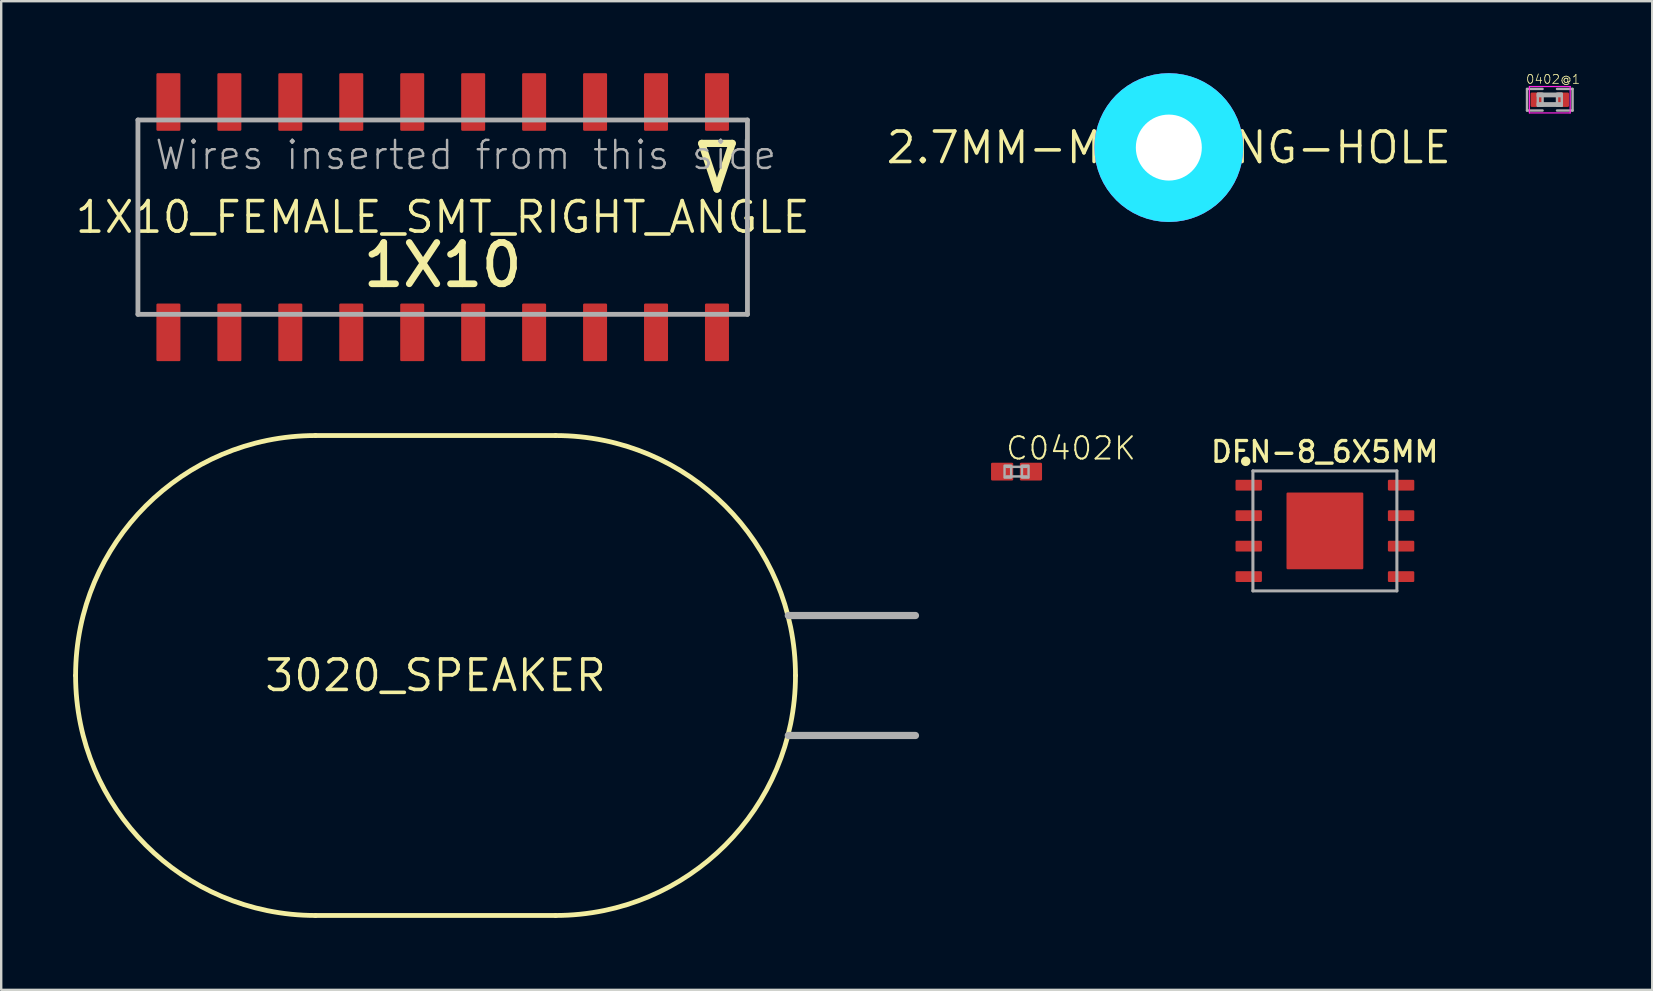
<source format=kicad_pcb>
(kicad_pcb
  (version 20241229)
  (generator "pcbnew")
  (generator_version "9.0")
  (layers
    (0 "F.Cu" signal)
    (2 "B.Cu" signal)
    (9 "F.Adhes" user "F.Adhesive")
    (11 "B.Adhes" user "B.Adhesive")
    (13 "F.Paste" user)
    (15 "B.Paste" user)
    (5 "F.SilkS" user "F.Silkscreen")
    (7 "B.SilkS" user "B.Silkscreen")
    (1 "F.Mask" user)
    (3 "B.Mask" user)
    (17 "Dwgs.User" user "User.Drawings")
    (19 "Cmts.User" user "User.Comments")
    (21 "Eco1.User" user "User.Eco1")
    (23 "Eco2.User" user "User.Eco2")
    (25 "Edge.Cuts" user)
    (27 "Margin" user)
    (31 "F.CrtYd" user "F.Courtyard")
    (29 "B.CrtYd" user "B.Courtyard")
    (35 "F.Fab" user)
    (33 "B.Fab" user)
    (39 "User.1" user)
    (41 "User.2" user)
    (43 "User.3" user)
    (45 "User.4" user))
  (footprint "C0402K"
    (layer "F.Cu")
    (at 39.312 16.604)
    (property "Reference" "C0402K" (at -0.5 -0.425 0) (layer "F.SilkS") (effects (font (size 0.935 0.935) (thickness 0.081)) (justify left bottom)))
    (fp_line (start -0.425 -0.2) (end 0.425 -0.2) (stroke (width 0.102) (type solid)) (layer "F.Fab"))
    (fp_line (start 0.425 0.2) (end -0.425 0.2) (stroke (width 0.102) (type solid)) (layer "F.Fab"))
    (fp_poly (pts (xy -0.5 0.25) (xy -0.225 0.25) (xy -0.225 -0.25) (xy -0.5 -0.25)) (stroke (width 0.1) (type default)) (fill no) (layer "F.Fab"))
    (fp_poly (pts (xy 0.225 0.25) (xy 0.5 0.25) (xy 0.5 -0.25) (xy 0.225 -0.25)) (stroke (width 0.1) (type default)) (fill no) (layer "F.Fab"))
    (pad "1" smd roundrect (at -0.6 0) (size 0.925 0.74) (layers "F.Cu" "F.Mask" "F.Paste") (roundrect_rratio 0.068))
    (pad "2" smd roundrect (at 0.6 0) (size 0.925 0.74) (layers "F.Cu" "F.Mask" "F.Paste") (roundrect_rratio 0.068)))
  (footprint "0402@1"
    (layer "F.Cu")
    (at 61.534 1.106)
    (property "Reference" "0402@1" (at -1.016 -0.635 0) (layer "F.SilkS") (effects (font (size 0.374 0.374) (thickness 0.033)) (justify left bottom)))
    (fp_poly (pts (xy -0.85 0.35) (xy -0.25 0.35) (xy -0.25 -0.35) (xy -0.85 -0.35)) (stroke (width 0) (type default)) (fill yes) (layer "F.Mask"))
    (fp_poly (pts (xy 0.25 0.35) (xy 0.85 0.35) (xy 0.85 -0.35) (xy 0.25 -0.35)) (stroke (width 0) (type default)) (fill yes) (layer "F.Mask"))
    (fp_line (start -0.85 -0.55) (end 0.85 -0.55) (stroke (width 0.05) (type solid)) (layer "F.CrtYd"))
    (fp_line (start -0.85 0.55) (end -0.85 -0.55) (stroke (width 0.05) (type solid)) (layer "F.CrtYd"))
    (fp_line (start 0.85 -0.55) (end 0.85 0.55) (stroke (width 0.05) (type solid)) (layer "F.CrtYd"))
    (fp_line (start 0.85 0.55) (end -0.85 0.55) (stroke (width 0.05) (type solid)) (layer "F.CrtYd"))
    (fp_line (start -0.95 -0.45) (end -0.95 0.45) (stroke (width 0.1) (type solid)) (layer "F.Fab"))
    (fp_line (start -0.95 0.45) (end -0.3 0.45) (stroke (width 0.1) (type solid)) (layer "F.Fab"))
    (fp_line (start -0.3 -0.45) (end -0.95 -0.45) (stroke (width 0.1) (type solid)) (layer "F.Fab"))
    (fp_line (start 0.3 -0.45) (end 0.95 -0.45) (stroke (width 0.1) (type solid)) (layer "F.Fab"))
    (fp_line (start 0.95 -0.45) (end 0.95 0.45) (stroke (width 0.1) (type solid)) (layer "F.Fab"))
    (fp_line (start 0.95 0.45) (end 0.3 0.45) (stroke (width 0.1) (type solid)) (layer "F.Fab"))
    (fp_poly (pts (xy -0.5 -0.15) (xy 0.5 -0.15) (xy 0.5 -0.25) (xy -0.5 -0.25)) (stroke (width 0.1) (type default)) (fill no) (layer "F.Fab"))
    (fp_poly (pts (xy -0.5 0.25) (xy -0.3 0.25) (xy -0.3 -0.25) (xy -0.5 -0.25)) (stroke (width 0.1) (type default)) (fill no) (layer "F.Fab"))
    (fp_poly (pts (xy -0.5 0.25) (xy 0.5 0.25) (xy 0.5 0.15) (xy -0.5 0.15)) (stroke (width 0.1) (type default)) (fill no) (layer "F.Fab"))
    (fp_poly (pts (xy 0.3 0.25) (xy 0.5 0.25) (xy 0.5 -0.25) (xy 0.3 -0.25)) (stroke (width 0.1) (type default)) (fill no) (layer "F.Fab"))
    (pad "1" smd roundrect (at -0.55 0) (size 0.5 0.6) (layers "F.Cu" "F.Paste") (roundrect_rratio 0.1))
    (pad "2" smd roundrect (at 0.55 0) (size 0.5 0.6) (layers "F.Cu" "F.Paste") (roundrect_rratio 0.1)))
  (footprint "3020_SPEAKER"
    (layer "F.Cu")
    (at 15.1 25.1)
    (property "Reference" "3020_SPEAKER" (at 0 0 0) (layer "F.SilkS") (effects (font (size 1.27 1.27) (thickness 0.15))))
    (fp_line (start -5 -10) (end 5 -10) (stroke (width 0.2) (type solid)) (layer "F.SilkS"))
    (fp_line (start 5 10) (end -5 10) (stroke (width 0.2) (type solid)) (layer "F.SilkS"))
    (fp_arc (start -15 0) (mid -12.071068 -7.071069) (end -4.999999 -10.000001) (stroke (width 0.2) (type solid)) (layer "F.SilkS"))
    (fp_arc (start -5 10) (mid -12.071068 7.071067) (end -14.999999 -0.000001) (stroke (width 0.2) (type solid)) (layer "F.SilkS"))
    (fp_arc (start 5 -10) (mid 12.071068 -7.071067) (end 14.999999 0.000001) (stroke (width 0.2) (type solid)) (layer "F.SilkS"))
    (fp_arc (start 15 0) (mid 12.071068 7.071069) (end 4.999999 10.000001) (stroke (width 0.2) (type solid)) (layer "F.SilkS"))
    (fp_line (start 14.7 -2.5) (end 20 -2.5) (stroke (width 0.3) (type solid)) (layer "F.Fab"))
    (fp_line (start 14.7 2.5) (end 20 2.5) (stroke (width 0.3) (type solid)) (layer "F.Fab")))
  (footprint "DFN-8_6X5MM"
    (layer "F.Cu")
    (at 52.162 19.074)
    (property "Reference" "DFN-8_6X5MM" (at -0.008 -2.794 0) (layer "F.SilkS") (effects (font (size 0.86 0.86) (thickness 0.14)) (justify bottom)))
    (fp_circle (center -3.3 -2.9) (end -3.2 -2.9) (stroke (width 0.2) (type solid)) (fill no) (layer "F.SilkS"))
    (fp_line (start -3 -2.5) (end 3 -2.5) (stroke (width 0.127) (type solid)) (layer "F.Fab"))
    (fp_line (start -3 2.5) (end -3 -2.5) (stroke (width 0.127) (type solid)) (layer "F.Fab"))
    (fp_line (start 3 -2.5) (end 3 2.5) (stroke (width 0.127) (type solid)) (layer "F.Fab"))
    (fp_line (start 3 2.5) (end -3 2.5) (stroke (width 0.127) (type solid)) (layer "F.Fab"))
    (pad "1" smd roundrect (at -3.175 -1.905) (size 1.1 0.45) (layers "F.Cu" "F.Mask" "F.Paste") (roundrect_rratio 0.111))
    (pad "2" smd roundrect (at -3.175 -0.635) (size 1.1 0.45) (layers "F.Cu" "F.Mask" "F.Paste") (roundrect_rratio 0.111))
    (pad "3" smd roundrect (at -3.175 0.635) (size 1.1 0.45) (layers "F.Cu" "F.Mask" "F.Paste") (roundrect_rratio 0.111))
    (pad "4" smd roundrect (at -3.175 1.905) (size 1.1 0.45) (layers "F.Cu" "F.Mask" "F.Paste") (roundrect_rratio 0.111))
    (pad "5" smd roundrect (at 3.175 1.905) (size 1.1 0.45) (layers "F.Cu" "F.Mask" "F.Paste") (roundrect_rratio 0.111))
    (pad "6" smd roundrect (at 3.175 0.635) (size 1.1 0.45) (layers "F.Cu" "F.Mask" "F.Paste") (roundrect_rratio 0.111))
    (pad "7" smd roundrect (at 3.175 -0.635) (size 1.1 0.45) (layers "F.Cu" "F.Mask" "F.Paste") (roundrect_rratio 0.111))
    (pad "8" smd roundrect (at 3.175 -1.905) (size 1.1 0.45) (layers "F.Cu" "F.Mask" "F.Paste") (roundrect_rratio 0.111))
    (pad "PAD" smd roundrect (at 0 0) (size 3.2 3.2) (layers "F.Cu" "F.Mask" "F.Paste") (roundrect_rratio 0.016)))
  (footprint "2.7MM-MOUNTING-HOLE"
    (layer "F.Cu")
    (at 45.658 3.1)
    (property "Reference" "2.7MM-MOUNTING-HOLE" (at 0 0 0) (layer "F.SilkS") (effects (font (size 1.27 1.27) (thickness 0.15))))
    (fp_circle (center 0 0) (end 1.55 0) (stroke (width 3.1) (type solid)) (fill no) (layer "B.CrtYd"))
    (fp_circle (center 0 0) (end 1.55 0) (stroke (width 3.1) (type solid)) (fill no) (layer "F.CrtYd"))
    (pad "" np_thru_hole circle (at 0 0) (size 2.75 2.75) (drill 2.75) (layers "*.Cu" "*.Mask"))
    (zone (net_name "") (layer "F.Cu") (hatch edge 0.5) (connect_pads) (min_thickness 0.25) (filled_areas_thickness no) (keepout (tracks not_allowed) (vias not_allowed) (pads allowed) (copperpour not_allowed) (footprints allowed)) (placement (enabled no)) (fill) (polygon (pts (xy 48.758 3.1) (xy 48.737 2.747) (xy 48.677 2.398) (xy 48.577 2.058) (xy 48.44 1.732) (xy 48.265 1.424) (xy 48.057 1.138) (xy 47.818 0.877) (xy 47.551 0.645) (xy 47.258 0.445) (xy 46.945 0.28) (xy 46.616 0.152) (xy 46.273 0.062) (xy 45.923 0.011) (xy 45.569 0.001) (xy 45.216 0.032) (xy 44.869 0.102) (xy 44.533 0.211) (xy 44.211 0.358) (xy 43.908 0.541) (xy 43.628 0.757) (xy 43.374 1.004) (xy 43.15 1.278) (xy 42.958 1.576) (xy 42.802 1.893) (xy 42.683 2.227) (xy 42.603 2.571) (xy 42.563 2.923) (xy 42.563 3.277) (xy 42.603 3.629) (xy 42.683 3.973) (xy 42.802 4.307) (xy 42.958 4.624) (xy 43.15 4.922) (xy 43.374 5.196) (xy 43.628 5.443) (xy 43.908 5.659) (xy 44.211 5.842) (xy 44.533 5.989) (xy 44.869 6.098) (xy 45.216 6.168) (xy 45.569 6.199) (xy 45.923 6.189) (xy 46.273 6.138) (xy 46.616 6.048) (xy 46.945 5.92) (xy 47.258 5.755) (xy 47.551 5.555) (xy 47.818 5.323) (xy 48.057 5.062) (xy 48.265 4.776) (xy 48.44 4.468) (xy 48.577 4.142) (xy 48.677 3.802) (xy 48.737 3.453))))
    (zone (net_name "") (layer "B.Cu") (hatch edge 0.5) (connect_pads) (min_thickness 0.25) (filled_areas_thickness no) (keepout (tracks not_allowed) (vias not_allowed) (pads allowed) (copperpour not_allowed) (footprints allowed)) (placement (enabled no)) (fill) (polygon (pts (xy 48.758 3.1) (xy 48.737 2.747) (xy 48.677 2.398) (xy 48.577 2.058) (xy 48.44 1.732) (xy 48.265 1.424) (xy 48.057 1.138) (xy 47.818 0.877) (xy 47.551 0.645) (xy 47.258 0.445) (xy 46.945 0.28) (xy 46.616 0.152) (xy 46.273 0.062) (xy 45.923 0.011) (xy 45.569 0.001) (xy 45.216 0.032) (xy 44.869 0.102) (xy 44.533 0.211) (xy 44.211 0.358) (xy 43.908 0.541) (xy 43.628 0.757) (xy 43.374 1.004) (xy 43.15 1.278) (xy 42.958 1.576) (xy 42.802 1.893) (xy 42.683 2.227) (xy 42.603 2.571) (xy 42.563 2.923) (xy 42.563 3.277) (xy 42.603 3.629) (xy 42.683 3.973) (xy 42.802 4.307) (xy 42.958 4.624) (xy 43.15 4.922) (xy 43.374 5.196) (xy 43.628 5.443) (xy 43.908 5.659) (xy 44.211 5.842) (xy 44.533 5.989) (xy 44.869 6.098) (xy 45.216 6.168) (xy 45.569 6.199) (xy 45.923 6.189) (xy 46.273 6.138) (xy 46.616 6.048) (xy 46.945 5.92) (xy 47.258 5.755) (xy 47.551 5.555) (xy 47.818 5.323) (xy 48.057 5.062) (xy 48.265 4.776) (xy 48.44 4.468) (xy 48.577 4.142) (xy 48.677 3.802) (xy 48.737 3.453)))))
  (footprint "1X10_FEMALE_SMT_RIGHT_ANGLE"
    (layer "F.Cu")
    (at 15.398 6)
    (property "Reference" "1X10_FEMALE_SMT_RIGHT_ANGLE" (at 0 0 0) (layer "F.SilkS") (effects (font (size 1.27 1.27) (thickness 0.15))))
    (fp_line (start 10.795 -3.075) (end 11.43 -1.17) (stroke (width 0.3) (type solid)) (layer "F.SilkS"))
    (fp_line (start 11.43 -1.17) (end 12.065 -3.075) (stroke (width 0.3) (type solid)) (layer "F.SilkS"))
    (fp_line (start 12.065 -3.075) (end 10.795 -3.075) (stroke (width 0.3) (type solid)) (layer "F.SilkS"))
    (fp_line (start -12.7 -4.05) (end -12.7 4.05) (stroke (width 0.2) (type solid)) (layer "F.Fab"))
    (fp_line (start -12.7 4.05) (end 12.7 4.05) (stroke (width 0.2) (type solid)) (layer "F.Fab"))
    (fp_line (start 12.7 -4.05) (end -12.7 -4.05) (stroke (width 0.2) (type solid)) (layer "F.Fab"))
    (fp_line (start 12.7 4.05) (end 12.7 -4.05) (stroke (width 0.2) (type solid)) (layer "F.Fab"))
    (fp_text user "1X10" (at 0 3 0) (layer "F.SilkS") (effects (font (size 1.72 1.72) (thickness 0.28)) (justify bottom)))
    (fp_text user "Wires inserted from this side" (at -12.065 -1.905 0) (layer "F.Fab") (effects (font (size 1.168 1.168) (thickness 0.102)) (justify left bottom)))
    (pad "1" smd roundrect (at -11.43 -4.8) (size 1 2.4) (layers "F.Cu" "F.Mask" "F.Paste") (roundrect_rratio 0.05))
    (pad "1" smd roundrect (at -11.43 4.8) (size 1 2.4) (layers "F.Cu" "F.Mask" "F.Paste") (roundrect_rratio 0.05))
    (pad "2" smd roundrect (at -8.89 -4.8) (size 1 2.4) (layers "F.Cu" "F.Mask" "F.Paste") (roundrect_rratio 0.05))
    (pad "2" smd roundrect (at -8.89 4.8) (size 1 2.4) (layers "F.Cu" "F.Mask" "F.Paste") (roundrect_rratio 0.05))
    (pad "3" smd roundrect (at -6.35 -4.8) (size 1 2.4) (layers "F.Cu" "F.Mask" "F.Paste") (roundrect_rratio 0.05))
    (pad "3" smd roundrect (at -6.35 4.8) (size 1 2.4) (layers "F.Cu" "F.Mask" "F.Paste") (roundrect_rratio 0.05))
    (pad "4" smd roundrect (at -3.81 -4.8) (size 1 2.4) (layers "F.Cu" "F.Mask" "F.Paste") (roundrect_rratio 0.05))
    (pad "4" smd roundrect (at -3.81 4.8) (size 1 2.4) (layers "F.Cu" "F.Mask" "F.Paste") (roundrect_rratio 0.05))
    (pad "5" smd roundrect (at -1.27 -4.8) (size 1 2.4) (layers "F.Cu" "F.Mask" "F.Paste") (roundrect_rratio 0.05))
    (pad "5" smd roundrect (at -1.27 4.8) (size 1 2.4) (layers "F.Cu" "F.Mask" "F.Paste") (roundrect_rratio 0.05))
    (pad "6" smd roundrect (at 1.27 -4.8) (size 1 2.4) (layers "F.Cu" "F.Mask" "F.Paste") (roundrect_rratio 0.05))
    (pad "6" smd roundrect (at 1.27 4.8) (size 1 2.4) (layers "F.Cu" "F.Mask" "F.Paste") (roundrect_rratio 0.05))
    (pad "7" smd roundrect (at 3.81 -4.8) (size 1 2.4) (layers "F.Cu" "F.Mask" "F.Paste") (roundrect_rratio 0.05))
    (pad "7" smd roundrect (at 3.81 4.8) (size 1 2.4) (layers "F.Cu" "F.Mask" "F.Paste") (roundrect_rratio 0.05))
    (pad "8" smd roundrect (at 6.35 -4.8) (size 1 2.4) (layers "F.Cu" "F.Mask" "F.Paste") (roundrect_rratio 0.05))
    (pad "8" smd roundrect (at 6.35 4.8) (size 1 2.4) (layers "F.Cu" "F.Mask" "F.Paste") (roundrect_rratio 0.05))
    (pad "9" smd roundrect (at 8.89 -4.8) (size 1 2.4) (layers "F.Cu" "F.Mask" "F.Paste") (roundrect_rratio 0.05))
    (pad "9" smd roundrect (at 8.89 4.8) (size 1 2.4) (layers "F.Cu" "F.Mask" "F.Paste") (roundrect_rratio 0.05))
    (pad "10" smd roundrect (at 11.43 -4.8) (size 1 2.4) (layers "F.Cu" "F.Mask" "F.Paste") (roundrect_rratio 0.05))
    (pad "10" smd roundrect (at 11.43 4.8) (size 1 2.4) (layers "F.Cu" "F.Mask" "F.Paste") (roundrect_rratio 0.05)))
  (gr_rect
    (start -3 -3)
    (end 65.802 38.2)
    (stroke (width 0.1) (type default))
    (fill no)
    (layer "Edge.Cuts")))
</source>
